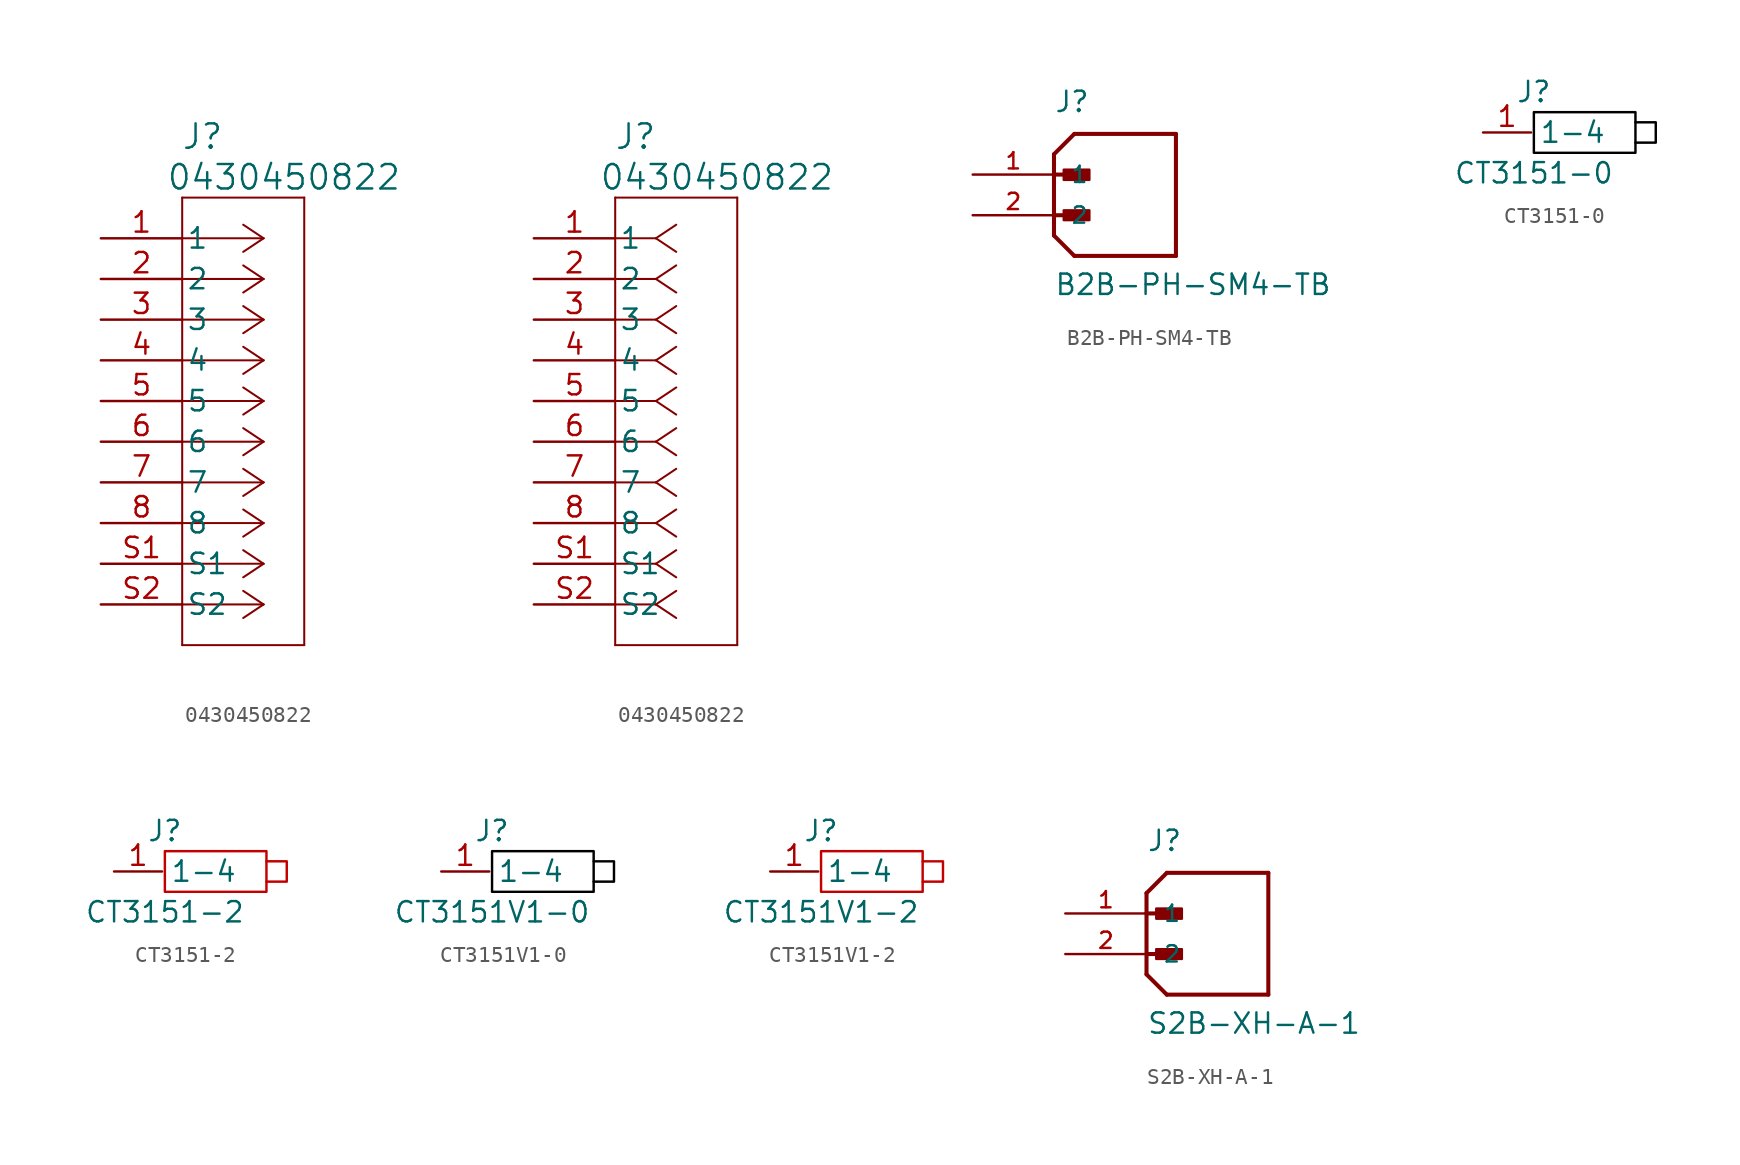
<source format=kicad_sym>
(kicad_symbol_lib
  (version 20220914)
  (generator kicad_symbol_editor)
  (symbol "0430450822"
    (pin_names
      (offset 0.254))
    (property "Reference" "J"
      (at 6.35 6.35 0)
      (effects (font (size 1.524 1.524))))
    (property "Value" "0430450822"
      (at 11.43 3.81 0)
      (effects (font (size 1.524 1.524))))
    (symbol "0430450822_1_1"
      (polyline (pts (xy 5.08 -25.4) (xy 12.7 -25.4)) (stroke (width 0.127) (type default)) (fill (type none)))
      (polyline (pts (xy 5.08 2.54) (xy 5.08 -25.4)) (stroke (width 0.127) (type default)) (fill (type none)))
      (polyline (pts (xy 10.16 -22.86) (xy 5.08 -22.86)) (stroke (width 0.127) (type default)) (fill (type none)))
      (polyline (pts (xy 10.16 -22.86) (xy 8.89 -23.707)) (stroke (width 0.127) (type default)) (fill (type none)))
      (polyline (pts (xy 10.16 -22.86) (xy 8.89 -22.013)) (stroke (width 0.127) (type default)) (fill (type none)))
      (polyline (pts (xy 10.16 -20.32) (xy 5.08 -20.32)) (stroke (width 0.127) (type default)) (fill (type none)))
      (polyline (pts (xy 10.16 -20.32) (xy 8.89 -21.167)) (stroke (width 0.127) (type default)) (fill (type none)))
      (polyline (pts (xy 10.16 -20.32) (xy 8.89 -19.473)) (stroke (width 0.127) (type default)) (fill (type none)))
      (polyline (pts (xy 10.16 -17.78) (xy 5.08 -17.78)) (stroke (width 0.127) (type default)) (fill (type none)))
      (polyline (pts (xy 10.16 -17.78) (xy 8.89 -18.627)) (stroke (width 0.127) (type default)) (fill (type none)))
      (polyline (pts (xy 10.16 -17.78) (xy 8.89 -16.933)) (stroke (width 0.127) (type default)) (fill (type none)))
      (polyline (pts (xy 10.16 -15.24) (xy 5.08 -15.24)) (stroke (width 0.127) (type default)) (fill (type none)))
      (polyline (pts (xy 10.16 -15.24) (xy 8.89 -16.087)) (stroke (width 0.127) (type default)) (fill (type none)))
      (polyline (pts (xy 10.16 -15.24) (xy 8.89 -14.393)) (stroke (width 0.127) (type default)) (fill (type none)))
      (polyline (pts (xy 10.16 -12.7) (xy 5.08 -12.7)) (stroke (width 0.127) (type default)) (fill (type none)))
      (polyline (pts (xy 10.16 -12.7) (xy 8.89 -13.547)) (stroke (width 0.127) (type default)) (fill (type none)))
      (polyline (pts (xy 10.16 -12.7) (xy 8.89 -11.853)) (stroke (width 0.127) (type default)) (fill (type none)))
      (polyline (pts (xy 10.16 -10.16) (xy 5.08 -10.16)) (stroke (width 0.127) (type default)) (fill (type none)))
      (polyline (pts (xy 10.16 -10.16) (xy 8.89 -11.007)) (stroke (width 0.127) (type default)) (fill (type none)))
      (polyline (pts (xy 10.16 -10.16) (xy 8.89 -9.313)) (stroke (width 0.127) (type default)) (fill (type none)))
      (polyline (pts (xy 10.16 -7.62) (xy 5.08 -7.62)) (stroke (width 0.127) (type default)) (fill (type none)))
      (polyline (pts (xy 10.16 -7.62) (xy 8.89 -8.467)) (stroke (width 0.127) (type default)) (fill (type none)))
      (polyline (pts (xy 10.16 -7.62) (xy 8.89 -6.773)) (stroke (width 0.127) (type default)) (fill (type none)))
      (polyline (pts (xy 10.16 -5.08) (xy 5.08 -5.08)) (stroke (width 0.127) (type default)) (fill (type none)))
      (polyline (pts (xy 10.16 -5.08) (xy 8.89 -5.927)) (stroke (width 0.127) (type default)) (fill (type none)))
      (polyline (pts (xy 10.16 -5.08) (xy 8.89 -4.233)) (stroke (width 0.127) (type default)) (fill (type none)))
      (polyline (pts (xy 10.16 -2.54) (xy 5.08 -2.54)) (stroke (width 0.127) (type default)) (fill (type none)))
      (polyline (pts (xy 10.16 -2.54) (xy 8.89 -3.387)) (stroke (width 0.127) (type default)) (fill (type none)))
      (polyline (pts (xy 10.16 -2.54) (xy 8.89 -1.693)) (stroke (width 0.127) (type default)) (fill (type none)))
      (polyline (pts (xy 10.16 0) (xy 5.08 0)) (stroke (width 0.127) (type default)) (fill (type none)))
      (polyline (pts (xy 10.16 0) (xy 8.89 -0.847)) (stroke (width 0.127) (type default)) (fill (type none)))
      (polyline (pts (xy 10.16 0) (xy 8.89 0.847)) (stroke (width 0.127) (type default)) (fill (type none)))
      (polyline (pts (xy 12.7 -25.4) (xy 12.7 2.54)) (stroke (width 0.127) (type default)) (fill (type none)))
      (polyline (pts (xy 12.7 2.54) (xy 5.08 2.54)) (stroke (width 0.127) (type default)) (fill (type none)))
      (pin unspecified line (at 0 0 0) (length 5.08) (name "1" (effects (font (size 1.27 1.27)))) (number "1" (effects (font (size 1.27 1.27)))))
      (pin unspecified line (at 0 -2.54 0) (length 5.08) (name "2" (effects (font (size 1.27 1.27)))) (number "2" (effects (font (size 1.27 1.27)))))
      (pin unspecified line (at 0 -5.08 0) (length 5.08) (name "3" (effects (font (size 1.27 1.27)))) (number "3" (effects (font (size 1.27 1.27)))))
      (pin unspecified line (at 0 -7.62 0) (length 5.08) (name "4" (effects (font (size 1.27 1.27)))) (number "4" (effects (font (size 1.27 1.27)))))
      (pin unspecified line (at 0 -10.16 0) (length 5.08) (name "5" (effects (font (size 1.27 1.27)))) (number "5" (effects (font (size 1.27 1.27)))))
      (pin unspecified line (at 0 -12.7 0) (length 5.08) (name "6" (effects (font (size 1.27 1.27)))) (number "6" (effects (font (size 1.27 1.27)))))
      (pin unspecified line (at 0 -15.24 0) (length 5.08) (name "7" (effects (font (size 1.27 1.27)))) (number "7" (effects (font (size 1.27 1.27)))))
      (pin unspecified line (at 0 -17.78 0) (length 5.08) (name "8" (effects (font (size 1.27 1.27)))) (number "8" (effects (font (size 1.27 1.27)))))
      (pin unspecified line (at 0 -20.32 0) (length 5.08) (name "S1" (effects (font (size 1.27 1.27)))) (number "S1" (effects (font (size 1.27 1.27)))))
      (pin unspecified line (at 0 -22.86 0) (length 5.08) (name "S2" (effects (font (size 1.27 1.27)))) (number "S2" (effects (font (size 1.27 1.27))))))
    (symbol "0430450822_1_2"
      (polyline (pts (xy 5.08 -25.4) (xy 12.7 -25.4)) (stroke (width 0.127) (type default)) (fill (type none)))
      (polyline (pts (xy 5.08 2.54) (xy 5.08 -25.4)) (stroke (width 0.127) (type default)) (fill (type none)))
      (polyline (pts (xy 7.62 -22.86) (xy 5.08 -22.86)) (stroke (width 0.127) (type default)) (fill (type none)))
      (polyline (pts (xy 7.62 -22.86) (xy 8.89 -23.707)) (stroke (width 0.127) (type default)) (fill (type none)))
      (polyline (pts (xy 7.62 -22.86) (xy 8.89 -22.013)) (stroke (width 0.127) (type default)) (fill (type none)))
      (polyline (pts (xy 7.62 -20.32) (xy 5.08 -20.32)) (stroke (width 0.127) (type default)) (fill (type none)))
      (polyline (pts (xy 7.62 -20.32) (xy 8.89 -21.167)) (stroke (width 0.127) (type default)) (fill (type none)))
      (polyline (pts (xy 7.62 -20.32) (xy 8.89 -19.473)) (stroke (width 0.127) (type default)) (fill (type none)))
      (polyline (pts (xy 7.62 -17.78) (xy 5.08 -17.78)) (stroke (width 0.127) (type default)) (fill (type none)))
      (polyline (pts (xy 7.62 -17.78) (xy 8.89 -18.627)) (stroke (width 0.127) (type default)) (fill (type none)))
      (polyline (pts (xy 7.62 -17.78) (xy 8.89 -16.933)) (stroke (width 0.127) (type default)) (fill (type none)))
      (polyline (pts (xy 7.62 -15.24) (xy 5.08 -15.24)) (stroke (width 0.127) (type default)) (fill (type none)))
      (polyline (pts (xy 7.62 -15.24) (xy 8.89 -16.087)) (stroke (width 0.127) (type default)) (fill (type none)))
      (polyline (pts (xy 7.62 -15.24) (xy 8.89 -14.393)) (stroke (width 0.127) (type default)) (fill (type none)))
      (polyline (pts (xy 7.62 -12.7) (xy 5.08 -12.7)) (stroke (width 0.127) (type default)) (fill (type none)))
      (polyline (pts (xy 7.62 -12.7) (xy 8.89 -13.547)) (stroke (width 0.127) (type default)) (fill (type none)))
      (polyline (pts (xy 7.62 -12.7) (xy 8.89 -11.853)) (stroke (width 0.127) (type default)) (fill (type none)))
      (polyline (pts (xy 7.62 -10.16) (xy 5.08 -10.16)) (stroke (width 0.127) (type default)) (fill (type none)))
      (polyline (pts (xy 7.62 -10.16) (xy 8.89 -11.007)) (stroke (width 0.127) (type default)) (fill (type none)))
      (polyline (pts (xy 7.62 -10.16) (xy 8.89 -9.313)) (stroke (width 0.127) (type default)) (fill (type none)))
      (polyline (pts (xy 7.62 -7.62) (xy 5.08 -7.62)) (stroke (width 0.127) (type default)) (fill (type none)))
      (polyline (pts (xy 7.62 -7.62) (xy 8.89 -8.467)) (stroke (width 0.127) (type default)) (fill (type none)))
      (polyline (pts (xy 7.62 -7.62) (xy 8.89 -6.773)) (stroke (width 0.127) (type default)) (fill (type none)))
      (polyline (pts (xy 7.62 -5.08) (xy 5.08 -5.08)) (stroke (width 0.127) (type default)) (fill (type none)))
      (polyline (pts (xy 7.62 -5.08) (xy 8.89 -5.927)) (stroke (width 0.127) (type default)) (fill (type none)))
      (polyline (pts (xy 7.62 -5.08) (xy 8.89 -4.233)) (stroke (width 0.127) (type default)) (fill (type none)))
      (polyline (pts (xy 7.62 -2.54) (xy 5.08 -2.54)) (stroke (width 0.127) (type default)) (fill (type none)))
      (polyline (pts (xy 7.62 -2.54) (xy 8.89 -3.387)) (stroke (width 0.127) (type default)) (fill (type none)))
      (polyline (pts (xy 7.62 -2.54) (xy 8.89 -1.693)) (stroke (width 0.127) (type default)) (fill (type none)))
      (polyline (pts (xy 7.62 0) (xy 5.08 0)) (stroke (width 0.127) (type default)) (fill (type none)))
      (polyline (pts (xy 7.62 0) (xy 8.89 -0.847)) (stroke (width 0.127) (type default)) (fill (type none)))
      (polyline (pts (xy 7.62 0) (xy 8.89 0.847)) (stroke (width 0.127) (type default)) (fill (type none)))
      (polyline (pts (xy 12.7 -25.4) (xy 12.7 2.54)) (stroke (width 0.127) (type default)) (fill (type none)))
      (polyline (pts (xy 12.7 2.54) (xy 5.08 2.54)) (stroke (width 0.127) (type default)) (fill (type none)))
      (pin unspecified line (at 0 0 0) (length 5.08) (name "1" (effects (font (size 1.27 1.27)))) (number "1" (effects (font (size 1.27 1.27)))))
      (pin unspecified line (at 0 -2.54 0) (length 5.08) (name "2" (effects (font (size 1.27 1.27)))) (number "2" (effects (font (size 1.27 1.27)))))
      (pin unspecified line (at 0 -5.08 0) (length 5.08) (name "3" (effects (font (size 1.27 1.27)))) (number "3" (effects (font (size 1.27 1.27)))))
      (pin unspecified line (at 0 -7.62 0) (length 5.08) (name "4" (effects (font (size 1.27 1.27)))) (number "4" (effects (font (size 1.27 1.27)))))
      (pin unspecified line (at 0 -10.16 0) (length 5.08) (name "5" (effects (font (size 1.27 1.27)))) (number "5" (effects (font (size 1.27 1.27)))))
      (pin unspecified line (at 0 -12.7 0) (length 5.08) (name "6" (effects (font (size 1.27 1.27)))) (number "6" (effects (font (size 1.27 1.27)))))
      (pin unspecified line (at 0 -15.24 0) (length 5.08) (name "7" (effects (font (size 1.27 1.27)))) (number "7" (effects (font (size 1.27 1.27)))))
      (pin unspecified line (at 0 -17.78 0) (length 5.08) (name "8" (effects (font (size 1.27 1.27)))) (number "8" (effects (font (size 1.27 1.27)))))
      (pin unspecified line (at 0 -20.32 0) (length 5.08) (name "S1" (effects (font (size 1.27 1.27)))) (number "S1" (effects (font (size 1.27 1.27)))))
      (pin unspecified line (at 0 -22.86 0) (length 5.08) (name "S2" (effects (font (size 1.27 1.27)))) (number "S2" (effects (font (size 1.27 1.27)))))))
  (symbol "B2B-PH-SM4-TB"
    (pin_names
      (offset 1.016))
    (property "Reference" "J"
      (at 0 6.35 0)
      (effects (font (size 1.27 1.27)) (justify left bottom)))
    (property "Value" "B2B-PH-SM4-TB"
      (at 0 -5.08 0)
      (effects (font (size 1.27 1.27)) (justify left bottom)))
    (symbol "B2B-PH-SM4-TB_0_0"
      (polyline (pts (xy 0 -1.27) (xy 1.27 -2.54)) (stroke (width 0.254) (type solid)) (fill (type none)))
      (polyline (pts (xy 0 0) (xy 1.905 0)) (stroke (width 0.254) (type solid)) (fill (type none)))
      (polyline (pts (xy 0 2.54) (xy 0 -1.27)) (stroke (width 0.254) (type solid)) (fill (type none)))
      (polyline (pts (xy 0 2.54) (xy 1.905 2.54)) (stroke (width 0.254) (type solid)) (fill (type none)))
      (polyline (pts (xy 0 3.81) (xy 0 2.54)) (stroke (width 0.254) (type solid)) (fill (type none)))
      (polyline (pts (xy 0 3.81) (xy 1.27 5.08)) (stroke (width 0.254) (type solid)) (fill (type none)))
      (polyline (pts (xy 1.27 -2.54) (xy 7.62 -2.54)) (stroke (width 0.254) (type solid)) (fill (type none)))
      (polyline (pts (xy 7.62 -2.54) (xy 7.62 5.08)) (stroke (width 0.254) (type solid)) (fill (type none)))
      (polyline (pts (xy 7.62 5.08) (xy 1.27 5.08)) (stroke (width 0.254) (type solid)) (fill (type none)))
      (rectangle (start 0.61 -0.305) (end 2.21 0.305) (stroke (width 0) (type solid)) (fill (type outline)))
      (rectangle (start 0.61 2.21) (end 2.21 2.845) (stroke (width 0) (type solid)) (fill (type outline)))
      (pin passive line (at -5.08 2.54 0) (length 5.08) (name "1" (effects (font (size 1.016 1.016)))) (number "1" (effects (font (size 1.016 1.016)))))
      (pin passive line (at -5.08 0 0) (length 5.08) (name "2" (effects (font (size 1.016 1.016)))) (number "2" (effects (font (size 1.016 1.016)))))))
  (symbol "CT3151-0"
    (property "Reference" "J"
      (at 0 2.54 0)
      (effects (font (size 1.27 1.27))))
    (property "Value" "CT3151-0"
      (at 0 -2.54 0)
      (effects (font (size 1.27 1.27))))
    (symbol "CT3151-0_1_1"
      (polyline (pts (xy 6.35 0.635) (xy 7.62 0.635) (xy 7.62 -0.635) (xy 6.35 -0.635)) (stroke (width 0) (type default) (color 0 0 0 1)) (fill (type none)))
      (polyline (pts (xy 0 1.27) (xy 0 -1.27) (xy 6.35 -1.27) (xy 6.35 1.27) (xy 0 1.27)) (stroke (width 0) (type default) (color 0 0 0 1)) (fill (type none)))
      (pin passive line (at -3.175 0 0) (length 3) (name "1-4" (effects (font (size 1.27 1.27)))) (number "1" (effects (font (size 1.27 1.27)))))))
  (symbol "CT3151-2"
    (property "Reference" "J"
      (at 0 2.54 0)
      (effects (font (size 1.27 1.27))))
    (property "Value" "CT3151-2"
      (at 0 -2.54 0)
      (effects (font (size 1.27 1.27))))
    (symbol "CT3151-2_1_1"
      (polyline (pts (xy 6.35 0.635) (xy 7.62 0.635) (xy 7.62 -0.635) (xy 6.35 -0.635)) (stroke (width 0) (type default) (color 194 0 0 1)) (fill (type none)))
      (polyline (pts (xy 0 1.27) (xy 0 -1.27) (xy 6.35 -1.27) (xy 6.35 1.27) (xy 0 1.27)) (stroke (width 0) (type default) (color 194 0 0 1)) (fill (type none)))
      (pin passive line (at -3.175 0 0) (length 3) (name "1-4" (effects (font (size 1.27 1.27)))) (number "1" (effects (font (size 1.27 1.27)))))))
  (symbol "CT3151V1-0"
    (property "Reference" "J"
      (at 0 2.54 0)
      (effects (font (size 1.27 1.27))))
    (property "Value" "CT3151V1-0"
      (at 0 -2.54 0)
      (effects (font (size 1.27 1.27))))
    (symbol "CT3151V1-0_1_1"
      (polyline (pts (xy 6.35 0.635) (xy 7.62 0.635) (xy 7.62 -0.635) (xy 6.35 -0.635)) (stroke (width 0) (type default) (color 0 0 0 1)) (fill (type none)))
      (polyline (pts (xy 0 1.27) (xy 0 -1.27) (xy 6.35 -1.27) (xy 6.35 1.27) (xy 0 1.27)) (stroke (width 0) (type default) (color 0 0 0 1)) (fill (type none)))
      (pin passive line (at -3.175 0 0) (length 3) (name "1-4" (effects (font (size 1.27 1.27)))) (number "1" (effects (font (size 1.27 1.27)))))))
  (symbol "CT3151V1-2"
    (property "Reference" "J"
      (at 0 2.54 0)
      (effects (font (size 1.27 1.27))))
    (property "Value" "CT3151V1-2"
      (at 0 -2.54 0)
      (effects (font (size 1.27 1.27))))
    (symbol "CT3151V1-2_1_1"
      (polyline (pts (xy 6.35 0.635) (xy 7.62 0.635) (xy 7.62 -0.635) (xy 6.35 -0.635)) (stroke (width 0) (type default) (color 194 0 0 1)) (fill (type none)))
      (polyline (pts (xy 0 1.27) (xy 0 -1.27) (xy 6.35 -1.27) (xy 6.35 1.27) (xy 0 1.27)) (stroke (width 0) (type default) (color 194 0 0 1)) (fill (type none)))
      (pin passive line (at -3.175 0 0) (length 3) (name "1-4" (effects (font (size 1.27 1.27)))) (number "1" (effects (font (size 1.27 1.27)))))))
  (symbol "S2B-XH-A-1"
    (pin_names
      (offset 1.016))
    (property "Reference" "J"
      (at 0 6.35 0)
      (effects (font (size 1.27 1.27)) (justify left bottom)))
    (property "Value" "S2B-XH-A-1"
      (at 0 -5.08 0)
      (effects (font (size 1.27 1.27)) (justify left bottom)))
    (symbol "S2B-XH-A-1_0_0"
      (polyline (pts (xy 0 -1.27) (xy 1.27 -2.54)) (stroke (width 0.254) (type solid)) (fill (type none)))
      (polyline (pts (xy 0 0) (xy 1.905 0)) (stroke (width 0.254) (type solid)) (fill (type none)))
      (polyline (pts (xy 0 2.54) (xy 0 -1.27)) (stroke (width 0.254) (type solid)) (fill (type none)))
      (polyline (pts (xy 0 2.54) (xy 1.905 2.54)) (stroke (width 0.254) (type solid)) (fill (type none)))
      (polyline (pts (xy 0 3.81) (xy 0 2.54)) (stroke (width 0.254) (type solid)) (fill (type none)))
      (polyline (pts (xy 0 3.81) (xy 1.27 5.08)) (stroke (width 0.254) (type solid)) (fill (type none)))
      (polyline (pts (xy 1.27 -2.54) (xy 7.62 -2.54)) (stroke (width 0.254) (type solid)) (fill (type none)))
      (polyline (pts (xy 7.62 -2.54) (xy 7.62 5.08)) (stroke (width 0.254) (type solid)) (fill (type none)))
      (polyline (pts (xy 7.62 5.08) (xy 1.27 5.08)) (stroke (width 0.254) (type solid)) (fill (type none)))
      (rectangle (start 0.61 -0.305) (end 2.21 0.305) (stroke (width 0) (type solid)) (fill (type outline)))
      (rectangle (start 0.61 2.21) (end 2.21 2.845) (stroke (width 0) (type solid)) (fill (type outline)))
      (pin passive line (at -5.08 2.54 0) (length 5.08) (name "1" (effects (font (size 1.016 1.016)))) (number "1" (effects (font (size 1.016 1.016)))))
      (pin passive line (at -5.08 0 0) (length 5.08) (name "2" (effects (font (size 1.016 1.016)))) (number "2" (effects (font (size 1.016 1.016))))))))
</source>
